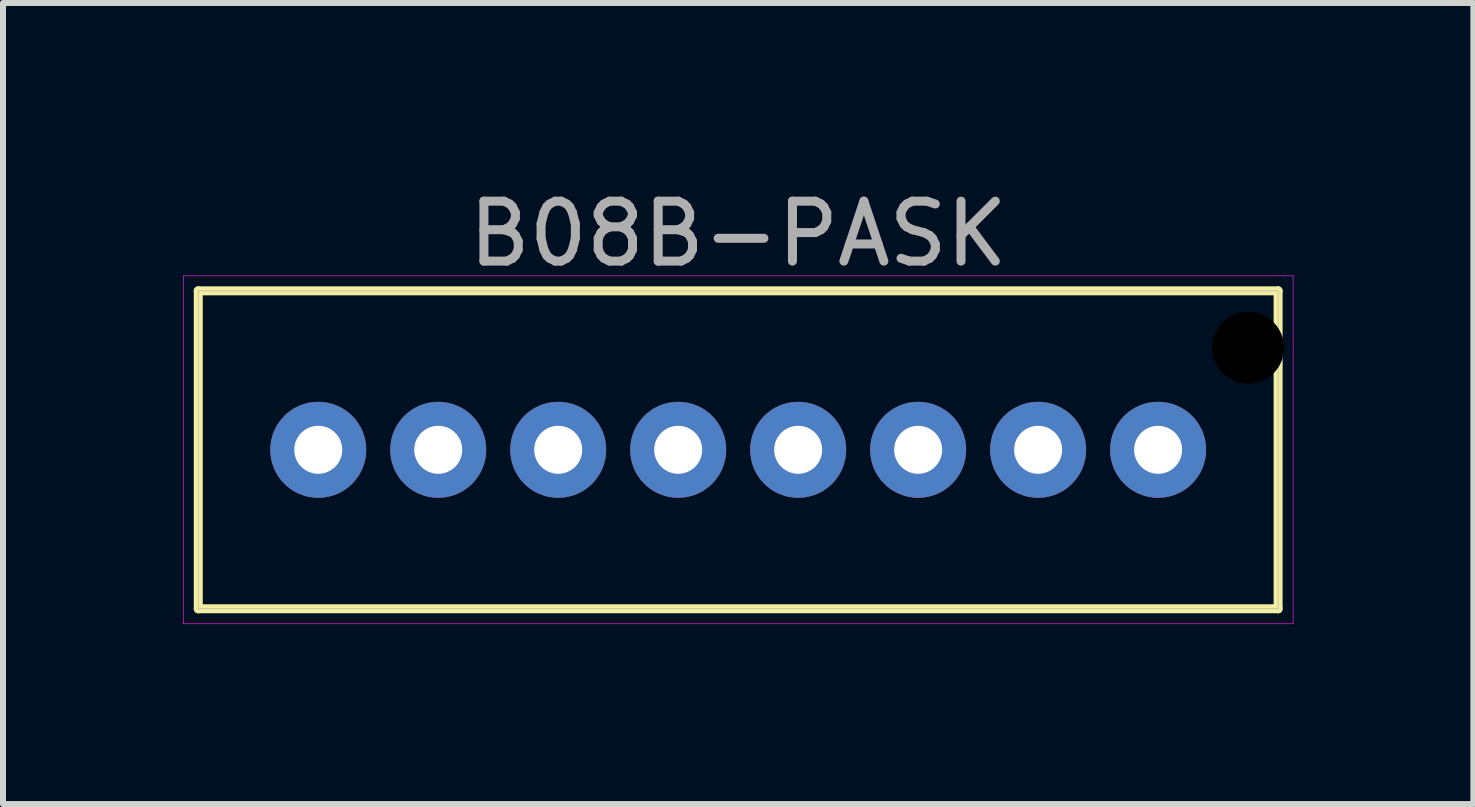
<source format=kicad_pcb>
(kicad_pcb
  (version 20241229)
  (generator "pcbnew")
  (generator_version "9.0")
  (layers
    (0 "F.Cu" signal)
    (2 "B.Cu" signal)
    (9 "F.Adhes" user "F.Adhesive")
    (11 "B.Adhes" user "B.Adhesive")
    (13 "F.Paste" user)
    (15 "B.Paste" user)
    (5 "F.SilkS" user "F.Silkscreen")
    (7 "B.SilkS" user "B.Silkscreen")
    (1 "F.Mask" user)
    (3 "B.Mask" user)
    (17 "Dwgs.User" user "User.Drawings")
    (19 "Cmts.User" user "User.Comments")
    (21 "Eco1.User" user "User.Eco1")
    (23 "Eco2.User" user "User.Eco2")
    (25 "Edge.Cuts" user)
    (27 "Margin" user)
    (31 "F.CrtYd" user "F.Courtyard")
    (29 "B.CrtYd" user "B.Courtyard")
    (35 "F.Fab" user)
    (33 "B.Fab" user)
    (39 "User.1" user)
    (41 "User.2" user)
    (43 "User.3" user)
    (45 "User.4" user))
  (footprint "B08B-PASK"
    (layer "F.Cu")
    (at 9.255 4.448)
    (property "Reference" "B08B-PASK" (at 0 -3.6 0) (layer "F.Fab") (effects (font (size 1 1) (thickness 0.15))))
    (attr through_hole)
    (fp_line (start -9 -2.65) (end 9 -2.65) (stroke (width 0.15) (type solid)) (layer "F.SilkS"))
    (fp_line (start -9 2.65) (end -9 -2.65) (stroke (width 0.15) (type solid)) (layer "F.SilkS"))
    (fp_line (start 9 -2.65) (end 9 2.65) (stroke (width 0.15) (type solid)) (layer "F.SilkS"))
    (fp_line (start 9 2.65) (end -9 2.65) (stroke (width 0.15) (type solid)) (layer "F.SilkS"))
    (fp_line (start -9.25 -2.9) (end 9.25 -2.9) (stroke (width 0.01) (type solid)) (layer "F.CrtYd"))
    (fp_line (start -9.25 2.9) (end -9.25 -2.9) (stroke (width 0.01) (type solid)) (layer "F.CrtYd"))
    (fp_line (start 9.25 -2.9) (end 9.25 2.9) (stroke (width 0.01) (type solid)) (layer "F.CrtYd"))
    (fp_line (start 9.25 2.9) (end -9.25 2.9) (stroke (width 0.01) (type solid)) (layer "F.CrtYd"))
    (fp_line (start -9 -2.65) (end 9 -2.65) (stroke (width 0.01) (type solid)) (layer "F.Fab"))
    (fp_line (start -9 2.65) (end -9 -2.65) (stroke (width 0.01) (type solid)) (layer "F.Fab"))
    (fp_line (start -7.25 -0.25) (end -6.75 -0.25) (stroke (width 0.01) (type solid)) (layer "F.Fab"))
    (fp_line (start -7.25 0.25) (end -7.25 -0.25) (stroke (width 0.01) (type solid)) (layer "F.Fab"))
    (fp_line (start -6.75 -0.25) (end -6.75 0.25) (stroke (width 0.01) (type solid)) (layer "F.Fab"))
    (fp_line (start -6.75 0.25) (end -7.25 0.25) (stroke (width 0.01) (type solid)) (layer "F.Fab"))
    (fp_line (start -5.25 -0.25) (end -4.75 -0.25) (stroke (width 0.01) (type solid)) (layer "F.Fab"))
    (fp_line (start -5.25 0.25) (end -5.25 -0.25) (stroke (width 0.01) (type solid)) (layer "F.Fab"))
    (fp_line (start -4.75 -0.25) (end -4.75 0.25) (stroke (width 0.01) (type solid)) (layer "F.Fab"))
    (fp_line (start -4.75 0.25) (end -5.25 0.25) (stroke (width 0.01) (type solid)) (layer "F.Fab"))
    (fp_line (start -3.25 -0.25) (end -2.75 -0.25) (stroke (width 0.01) (type solid)) (layer "F.Fab"))
    (fp_line (start -3.25 0.25) (end -3.25 -0.25) (stroke (width 0.01) (type solid)) (layer "F.Fab"))
    (fp_line (start -2.75 -0.25) (end -2.75 0.25) (stroke (width 0.01) (type solid)) (layer "F.Fab"))
    (fp_line (start -2.75 0.25) (end -3.25 0.25) (stroke (width 0.01) (type solid)) (layer "F.Fab"))
    (fp_line (start -1.25 -0.25) (end -0.75 -0.25) (stroke (width 0.01) (type solid)) (layer "F.Fab"))
    (fp_line (start -1.25 0.25) (end -1.25 -0.25) (stroke (width 0.01) (type solid)) (layer "F.Fab"))
    (fp_line (start -0.75 -0.25) (end -0.75 0.25) (stroke (width 0.01) (type solid)) (layer "F.Fab"))
    (fp_line (start -0.75 0.25) (end -1.25 0.25) (stroke (width 0.01) (type solid)) (layer "F.Fab"))
    (fp_line (start 0.75 -0.25) (end 1.25 -0.25) (stroke (width 0.01) (type solid)) (layer "F.Fab"))
    (fp_line (start 0.75 0.25) (end 0.75 -0.25) (stroke (width 0.01) (type solid)) (layer "F.Fab"))
    (fp_line (start 1.25 -0.25) (end 1.25 0.25) (stroke (width 0.01) (type solid)) (layer "F.Fab"))
    (fp_line (start 1.25 0.25) (end 0.75 0.25) (stroke (width 0.01) (type solid)) (layer "F.Fab"))
    (fp_line (start 2.75 -0.25) (end 3.25 -0.25) (stroke (width 0.01) (type solid)) (layer "F.Fab"))
    (fp_line (start 2.75 0.25) (end 2.75 -0.25) (stroke (width 0.01) (type solid)) (layer "F.Fab"))
    (fp_line (start 3.25 -0.25) (end 3.25 0.25) (stroke (width 0.01) (type solid)) (layer "F.Fab"))
    (fp_line (start 3.25 0.25) (end 2.75 0.25) (stroke (width 0.01) (type solid)) (layer "F.Fab"))
    (fp_line (start 4.75 -0.25) (end 5.25 -0.25) (stroke (width 0.01) (type solid)) (layer "F.Fab"))
    (fp_line (start 4.75 0.25) (end 4.75 -0.25) (stroke (width 0.01) (type solid)) (layer "F.Fab"))
    (fp_line (start 5.25 -0.25) (end 5.25 0.25) (stroke (width 0.01) (type solid)) (layer "F.Fab"))
    (fp_line (start 5.25 0.25) (end 4.75 0.25) (stroke (width 0.01) (type solid)) (layer "F.Fab"))
    (fp_line (start 6.75 -0.25) (end 7.25 -0.25) (stroke (width 0.01) (type solid)) (layer "F.Fab"))
    (fp_line (start 6.75 0.25) (end 6.75 -0.25) (stroke (width 0.01) (type solid)) (layer "F.Fab"))
    (fp_line (start 7.25 -0.25) (end 7.25 0.25) (stroke (width 0.01) (type solid)) (layer "F.Fab"))
    (fp_line (start 7.25 0.25) (end 6.75 0.25) (stroke (width 0.01) (type solid)) (layer "F.Fab"))
    (fp_line (start 8.1 -2.1) (end 8.9 -2.1) (stroke (width 0.01) (type solid)) (layer "F.Fab"))
    (fp_line (start 8.1 -1.3) (end 8.1 -2.1) (stroke (width 0.01) (type solid)) (layer "F.Fab"))
    (fp_line (start 8.9 -2.1) (end 8.9 -1.3) (stroke (width 0.01) (type solid)) (layer "F.Fab"))
    (fp_line (start 8.9 -1.3) (end 8.1 -1.3) (stroke (width 0.01) (type solid)) (layer "F.Fab"))
    (fp_line (start 9 -2.65) (end 9 2.65) (stroke (width 0.01) (type solid)) (layer "F.Fab"))
    (fp_line (start 9 2.65) (end -9 2.65) (stroke (width 0.01) (type solid)) (layer "F.Fab"))
    (pad "" np_thru_hole circle (at 8.5 -1.7) (size 1.2 1.2) (drill 1.2) (layers "*.Mask"))
    (pad "1" thru_hole circle (at 7 0) (size 1.6 1.6) (drill 0.8) (layers "*.Cu" "*.Mask"))
    (pad "2" thru_hole circle (at 5 0) (size 1.6 1.6) (drill 0.8) (layers "*.Cu" "*.Mask"))
    (pad "3" thru_hole circle (at 3 0) (size 1.6 1.6) (drill 0.8) (layers "*.Cu" "*.Mask"))
    (pad "4" thru_hole circle (at 1 0) (size 1.6 1.6) (drill 0.8) (layers "*.Cu" "*.Mask"))
    (pad "5" thru_hole circle (at -1 0) (size 1.6 1.6) (drill 0.8) (layers "*.Cu" "*.Mask"))
    (pad "6" thru_hole circle (at -3 0) (size 1.6 1.6) (drill 0.8) (layers "*.Cu" "*.Mask"))
    (pad "7" thru_hole circle (at -5 0) (size 1.6 1.6) (drill 0.8) (layers "*.Cu" "*.Mask"))
    (pad "8" thru_hole circle (at -7 0) (size 1.6 1.6) (drill 0.8) (layers "*.Cu" "*.Mask")))
  (gr_rect
    (start -3 -3)
    (end 21.51 10.353)
    (stroke (width 0.1) (type default))
    (fill no)
    (layer "Edge.Cuts")))
</source>
